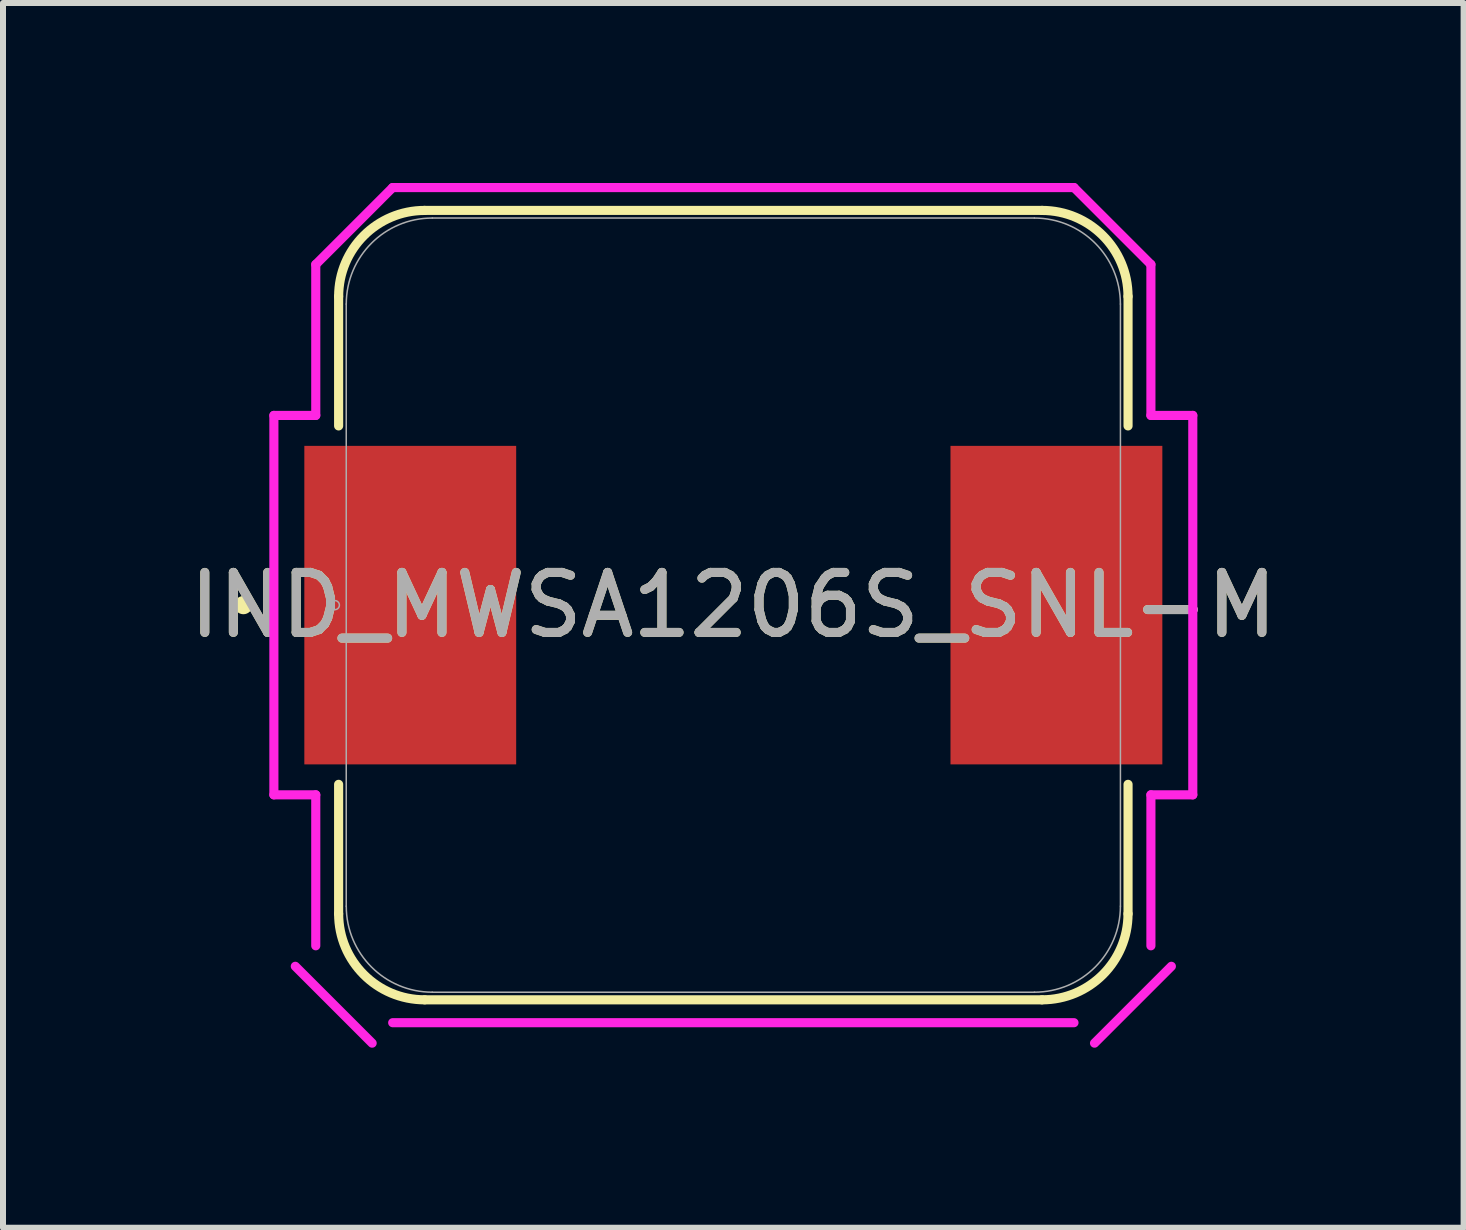
<source format=kicad_pcb>
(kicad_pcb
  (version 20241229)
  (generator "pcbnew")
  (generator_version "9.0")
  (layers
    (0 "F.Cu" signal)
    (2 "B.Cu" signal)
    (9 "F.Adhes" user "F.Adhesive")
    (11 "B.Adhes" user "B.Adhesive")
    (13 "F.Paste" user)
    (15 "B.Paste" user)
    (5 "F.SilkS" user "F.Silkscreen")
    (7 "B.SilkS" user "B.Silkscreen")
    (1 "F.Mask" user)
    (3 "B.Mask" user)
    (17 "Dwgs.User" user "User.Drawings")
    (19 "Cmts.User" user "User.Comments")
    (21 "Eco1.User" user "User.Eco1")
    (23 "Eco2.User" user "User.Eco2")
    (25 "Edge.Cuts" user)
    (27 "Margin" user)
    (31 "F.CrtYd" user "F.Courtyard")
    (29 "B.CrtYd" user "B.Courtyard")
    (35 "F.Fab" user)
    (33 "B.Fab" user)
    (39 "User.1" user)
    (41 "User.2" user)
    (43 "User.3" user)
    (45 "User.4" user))
  (footprint "IND_MWSA1206S_SNL-M"
    (layer "F.Cu")
    (at 9.173 7.036)
    (property "Reference" "IND_MWSA1206S_SNL-M" (at 0 0 0) (unlocked yes) (layer "F.SilkS") (effects (font (size 1 1) (thickness 0.15))))
    (attr smd)
    (fp_line (start -6.579 -2.987) (end -6.579 -5.145) (stroke (width 0.152) (type solid)) (layer "F.SilkS"))
    (fp_line (start -6.579 5.145) (end -6.579 2.987) (stroke (width 0.152) (type solid)) (layer "F.SilkS"))
    (fp_line (start -5.145 -6.579) (end 5.145 -6.579) (stroke (width 0.152) (type solid)) (layer "F.SilkS"))
    (fp_line (start -5.145 6.579) (end 5.145 6.579) (stroke (width 0.152) (type solid)) (layer "F.SilkS"))
    (fp_line (start 6.579 -5.145) (end 6.579 -2.987) (stroke (width 0.152) (type solid)) (layer "F.SilkS"))
    (fp_line (start 6.579 2.987) (end 6.579 5.145) (stroke (width 0.152) (type solid)) (layer "F.SilkS"))
    (fp_arc (start -6.5786 -5.144911) (mid -6.158682 -6.158682) (end -5.144911 -6.5786) (stroke (width 0.1524) (type solid)) (layer "F.SilkS"))
    (fp_arc (start -5.144911 6.5786) (mid -6.158682 6.158682) (end -6.5786 5.144911) (stroke (width 0.1524) (type solid)) (layer "F.SilkS"))
    (fp_arc (start 5.144911 -6.5786) (mid 6.158682 -6.158682) (end 6.5786 -5.144911) (stroke (width 0.1524) (type solid)) (layer "F.SilkS"))
    (fp_arc (start 6.5786 5.144911) (mid 6.158682 6.158682) (end 5.144911 6.5786) (stroke (width 0.1524) (type solid)) (layer "F.SilkS"))
    (fp_circle (center -8.166 0) (end -8.09 0) (stroke (width 0.152) (type solid)) (fill no) (layer "F.SilkS"))
    (fp_line (start -7.658 -3.162) (end -6.96 -3.162) (stroke (width 0.152) (type solid)) (layer "F.CrtYd"))
    (fp_line (start -7.658 3.162) (end -7.658 -3.162) (stroke (width 0.152) (type solid)) (layer "F.CrtYd"))
    (fp_line (start -7.301 6.02) (end -6.02 7.301) (stroke (width 0.152) (type solid)) (layer "F.CrtYd"))
    (fp_line (start -6.96 -5.678) (end -5.678 -6.96) (stroke (width 0.152) (type solid)) (layer "F.CrtYd"))
    (fp_line (start -6.96 -3.162) (end -6.96 -5.678) (stroke (width 0.152) (type solid)) (layer "F.CrtYd"))
    (fp_line (start -6.96 3.162) (end -7.658 3.162) (stroke (width 0.152) (type solid)) (layer "F.CrtYd"))
    (fp_line (start -6.96 5.678) (end -6.96 3.162) (stroke (width 0.152) (type solid)) (layer "F.CrtYd"))
    (fp_line (start -5.678 -6.96) (end 5.678 -6.96) (stroke (width 0.152) (type solid)) (layer "F.CrtYd"))
    (fp_line (start -5.678 6.96) (end 5.678 6.96) (stroke (width 0.152) (type solid)) (layer "F.CrtYd"))
    (fp_line (start 5.678 -6.96) (end 6.96 -5.678) (stroke (width 0.152) (type solid)) (layer "F.CrtYd"))
    (fp_line (start 6.02 7.301) (end 7.301 6.02) (stroke (width 0.152) (type solid)) (layer "F.CrtYd"))
    (fp_line (start 6.96 -5.678) (end 6.96 -3.162) (stroke (width 0.152) (type solid)) (layer "F.CrtYd"))
    (fp_line (start 6.96 -3.162) (end 7.658 -3.162) (stroke (width 0.152) (type solid)) (layer "F.CrtYd"))
    (fp_line (start 6.96 5.678) (end 6.96 3.162) (stroke (width 0.152) (type solid)) (layer "F.CrtYd"))
    (fp_line (start 7.658 -3.162) (end 7.658 3.162) (stroke (width 0.152) (type solid)) (layer "F.CrtYd"))
    (fp_line (start 7.658 3.162) (end 6.96 3.162) (stroke (width 0.152) (type solid)) (layer "F.CrtYd"))
    (fp_line (start -6.452 5.018) (end -6.452 -5.018) (stroke (width 0.025) (type solid)) (layer "F.Fab"))
    (fp_line (start -5.018 -6.452) (end 5.018 -6.452) (stroke (width 0.025) (type solid)) (layer "F.Fab"))
    (fp_line (start -5.018 6.452) (end 5.018 6.452) (stroke (width 0.025) (type solid)) (layer "F.Fab"))
    (fp_line (start 6.452 -5.018) (end 6.452 5.018) (stroke (width 0.025) (type solid)) (layer "F.Fab"))
    (fp_arc (start -6.4516 -5.017911) (mid -6.031682 -6.031682) (end -5.017911 -6.4516) (stroke (width 0.0254) (type solid)) (layer "F.Fab"))
    (fp_arc (start -5.017911 6.4516) (mid -6.031682 6.031682) (end -6.4516 5.017911) (stroke (width 0.0254) (type solid)) (layer "F.Fab"))
    (fp_arc (start 5.017911 -6.4516) (mid 6.031682 -6.031682) (end 6.4516 -5.017911) (stroke (width 0.0254) (type solid)) (layer "F.Fab"))
    (fp_arc (start 6.4516 5.017911) (mid 6.031682 6.031682) (end 5.017911 6.4516) (stroke (width 0.0254) (type solid)) (layer "F.Fab"))
    (fp_circle (center -6.642 0) (end -6.566 0) (stroke (width 0.025) (type solid)) (fill no) (layer "F.Fab"))
    (fp_text user "${REFERENCE}" (at 0 0 0) (unlocked yes) (layer "F.Fab") (effects (font (size 1 1) (thickness 0.15))))
    (pad "1" smd rect (at -5.385 0 90) (size 5.309 3.531) (layers "F.Cu" "F.Mask" "F.Paste"))
    (pad "2" smd rect (at 5.385 0 90) (size 5.309 3.531) (layers "F.Cu" "F.Mask" "F.Paste"))
    (zone (net_name "") (layer "F.Cu") (hatch full 0.508) (connect_pads) (min_thickness 0.254) (filled_areas_thickness no) (keepout (tracks not_allowed) (vias not_allowed) (pads allowed) (copperpour not_allowed) (footprints allowed)) (placement (enabled no)) (fill) (polygon (pts (xy 5.604 4.331) (xy 12.741 4.331) (xy 12.741 9.741) (xy 5.604 9.741))))
    (zone (net_name "") (layer "F.Cu") (hatch full 0.508) (connect_pads) (min_thickness 0.254) (filled_areas_thickness no) (keepout (tracks not_allowed) (vias not_allowed) (pads allowed) (copperpour not_allowed) (footprints allowed)) (placement (enabled no)) (fill) (polygon (pts (xy 2.454 9.741) (xy 15.891 9.741) (xy 15.891 12.929) (xy 15.51 13.437) (xy 2.835 13.437) (xy 2.454 12.929))))
    (zone (net_name "") (layer "F.Cu") (hatch full 0.508) (connect_pads) (min_thickness 0.254) (filled_areas_thickness no) (keepout (tracks not_allowed) (vias not_allowed) (pads allowed) (copperpour not_allowed) (footprints allowed)) (placement (enabled no)) (fill) (polygon (pts (xy 2.835 0.635) (xy 15.51 0.635) (xy 15.891 1.143) (xy 15.891 4.331) (xy 2.454 4.331) (xy 2.454 1.143)))))
  (gr_rect
    (start -3 -3)
    (end 21.345 17.413)
    (stroke (width 0.1) (type default))
    (fill no)
    (layer "Edge.Cuts")))
</source>
